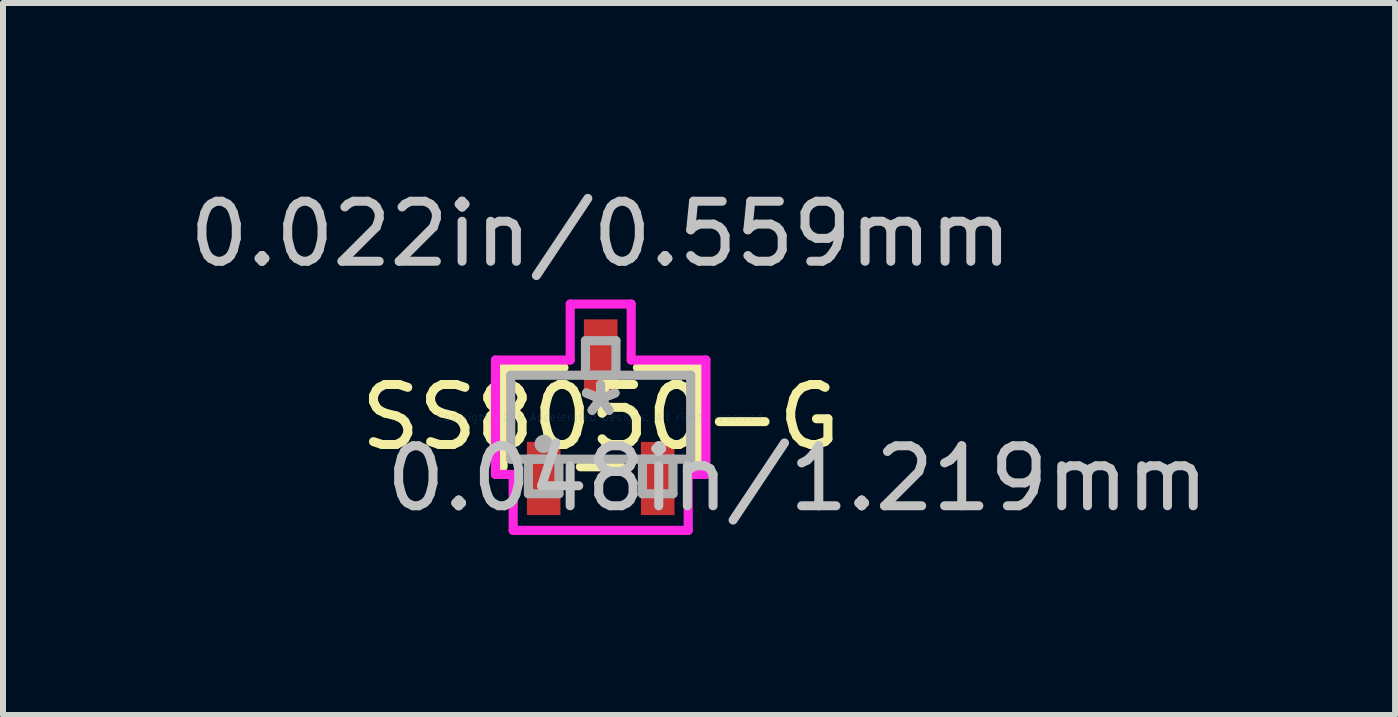
<source format=kicad_pcb>
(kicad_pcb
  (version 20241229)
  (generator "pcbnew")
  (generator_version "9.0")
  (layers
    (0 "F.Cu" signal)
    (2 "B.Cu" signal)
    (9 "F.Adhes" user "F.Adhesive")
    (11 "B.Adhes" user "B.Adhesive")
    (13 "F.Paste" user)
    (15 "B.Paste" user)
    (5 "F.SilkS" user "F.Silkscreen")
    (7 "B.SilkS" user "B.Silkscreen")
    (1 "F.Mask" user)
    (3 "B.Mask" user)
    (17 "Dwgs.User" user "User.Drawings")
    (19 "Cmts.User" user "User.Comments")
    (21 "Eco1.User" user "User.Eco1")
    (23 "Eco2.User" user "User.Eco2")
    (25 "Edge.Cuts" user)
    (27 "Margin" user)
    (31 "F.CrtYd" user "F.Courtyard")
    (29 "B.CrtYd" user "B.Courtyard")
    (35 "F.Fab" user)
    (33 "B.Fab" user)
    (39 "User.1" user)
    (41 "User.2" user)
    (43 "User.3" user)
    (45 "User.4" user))
  (footprint "SS8050-G"
    (layer "F.Cu")
    (at 6.958 3.901)
    (property "Reference" "SS8050-G" (at 0 0 0) (layer "F.SilkS") (effects (font (size 1 1) (thickness 0.15))))
    (attr through_hole)
    (fp_line (start -1.626 -0.826) (end -1.626 0.826) (stroke (width 0.152) (type solid)) (layer "F.SilkS"))
    (fp_line (start -0.612 -0.826) (end -1.626 -0.826) (stroke (width 0.152) (type solid)) (layer "F.SilkS"))
    (fp_line (start -0.338 0.826) (end 0.338 0.826) (stroke (width 0.152) (type solid)) (layer "F.SilkS"))
    (fp_line (start 1.626 -0.826) (end 0.612 -0.826) (stroke (width 0.152) (type solid)) (layer "F.SilkS"))
    (fp_line (start 1.626 0.826) (end 1.626 -0.826) (stroke (width 0.152) (type solid)) (layer "F.SilkS"))
    (fp_line (start -1.753 -0.953) (end -0.508 -0.953) (stroke (width 0.152) (type solid)) (layer "F.CrtYd"))
    (fp_line (start -1.753 0.953) (end -1.753 -0.953) (stroke (width 0.152) (type solid)) (layer "F.CrtYd"))
    (fp_line (start -1.458 0.953) (end -1.753 0.953) (stroke (width 0.152) (type solid)) (layer "F.CrtYd"))
    (fp_line (start -1.458 1.885) (end -1.458 0.953) (stroke (width 0.152) (type solid)) (layer "F.CrtYd"))
    (fp_line (start -0.508 -1.885) (end 0.508 -1.885) (stroke (width 0.152) (type solid)) (layer "F.CrtYd"))
    (fp_line (start -0.508 -0.953) (end -0.508 -1.885) (stroke (width 0.152) (type solid)) (layer "F.CrtYd"))
    (fp_line (start 0.508 -1.885) (end 0.508 -0.953) (stroke (width 0.152) (type solid)) (layer "F.CrtYd"))
    (fp_line (start 0.508 -0.953) (end 1.753 -0.953) (stroke (width 0.152) (type solid)) (layer "F.CrtYd"))
    (fp_line (start 1.458 0.953) (end 1.458 1.885) (stroke (width 0.152) (type solid)) (layer "F.CrtYd"))
    (fp_line (start 1.458 1.885) (end -1.458 1.885) (stroke (width 0.152) (type solid)) (layer "F.CrtYd"))
    (fp_line (start 1.753 -0.953) (end 1.753 0.953) (stroke (width 0.152) (type solid)) (layer "F.CrtYd"))
    (fp_line (start 1.753 0.953) (end 1.458 0.953) (stroke (width 0.152) (type solid)) (layer "F.CrtYd"))
    (fp_line (start -1.499 -0.699) (end -1.499 0.699) (stroke (width 0.152) (type solid)) (layer "F.Fab"))
    (fp_line (start -1.499 0.699) (end 1.499 0.699) (stroke (width 0.152) (type solid)) (layer "F.Fab"))
    (fp_line (start -1.204 0.699) (end -1.204 1.275) (stroke (width 0.152) (type solid)) (layer "F.Fab"))
    (fp_line (start -1.204 1.275) (end -0.696 1.275) (stroke (width 0.152) (type solid)) (layer "F.Fab"))
    (fp_line (start -0.696 0.699) (end -1.204 0.699) (stroke (width 0.152) (type solid)) (layer "F.Fab"))
    (fp_line (start -0.696 1.275) (end -0.696 0.699) (stroke (width 0.152) (type solid)) (layer "F.Fab"))
    (fp_line (start -0.254 -1.275) (end -0.254 -0.699) (stroke (width 0.152) (type solid)) (layer "F.Fab"))
    (fp_line (start -0.254 -0.699) (end 0.254 -0.699) (stroke (width 0.152) (type solid)) (layer "F.Fab"))
    (fp_line (start 0.254 -1.275) (end -0.254 -1.275) (stroke (width 0.152) (type solid)) (layer "F.Fab"))
    (fp_line (start 0.254 -0.699) (end 0.254 -1.275) (stroke (width 0.152) (type solid)) (layer "F.Fab"))
    (fp_line (start 0.696 0.699) (end 0.696 1.275) (stroke (width 0.152) (type solid)) (layer "F.Fab"))
    (fp_line (start 0.696 1.275) (end 1.204 1.275) (stroke (width 0.152) (type solid)) (layer "F.Fab"))
    (fp_line (start 1.204 0.699) (end 0.696 0.699) (stroke (width 0.152) (type solid)) (layer "F.Fab"))
    (fp_line (start 1.204 1.275) (end 1.204 0.699) (stroke (width 0.152) (type solid)) (layer "F.Fab"))
    (fp_line (start 1.499 -0.699) (end -1.499 -0.699) (stroke (width 0.152) (type solid)) (layer "F.Fab"))
    (fp_line (start 1.499 0.699) (end 1.499 -0.699) (stroke (width 0.152) (type solid)) (layer "F.Fab"))
    (fp_circle (center -0.95 0.445) (end -0.95 0.445) (stroke (width 0.152) (type solid)) (fill no) (layer "F.Fab"))
    (fp_text user "*" (at 0 0 0) (layer "F.SilkS") (effects (font (size 1 1) (thickness 0.15))))
    (fp_text user "0.048in/1.219mm" (at 3.277 1.021 0) (layer "Dwgs.User") (effects (font (size 1 1) (thickness 0.15))))
    (fp_text user "0.022in/0.559mm" (at 0 -3.053 0) (layer "Dwgs.User") (effects (font (size 1 1) (thickness 0.15))))
    (fp_text user "Copyright 2016 Accelerated Designs. All rights reserved." (at 0 0 0) (layer "Cmts.User") (effects (font (size 0.127 0.127) (thickness 0.002))))
    (fp_text user "*" (at 0 0 0) (layer "F.Fab") (effects (font (size 1 1) (thickness 0.15))))
    (pad "1" smd rect (at -0.95 1.021) (size 0.559 1.219) (layers "F.Cu" "F.Mask" "F.Paste"))
    (pad "2" smd rect (at 0.95 1.021) (size 0.559 1.219) (layers "F.Cu" "F.Mask" "F.Paste"))
    (pad "3" smd rect (at 0 -1.021) (size 0.559 1.219) (layers "F.Cu" "F.Mask" "F.Paste")))
  (gr_rect
    (start -3 -3)
    (end 20.193 8.862)
    (stroke (width 0.1) (type default))
    (fill no)
    (layer "Edge.Cuts")))
</source>
